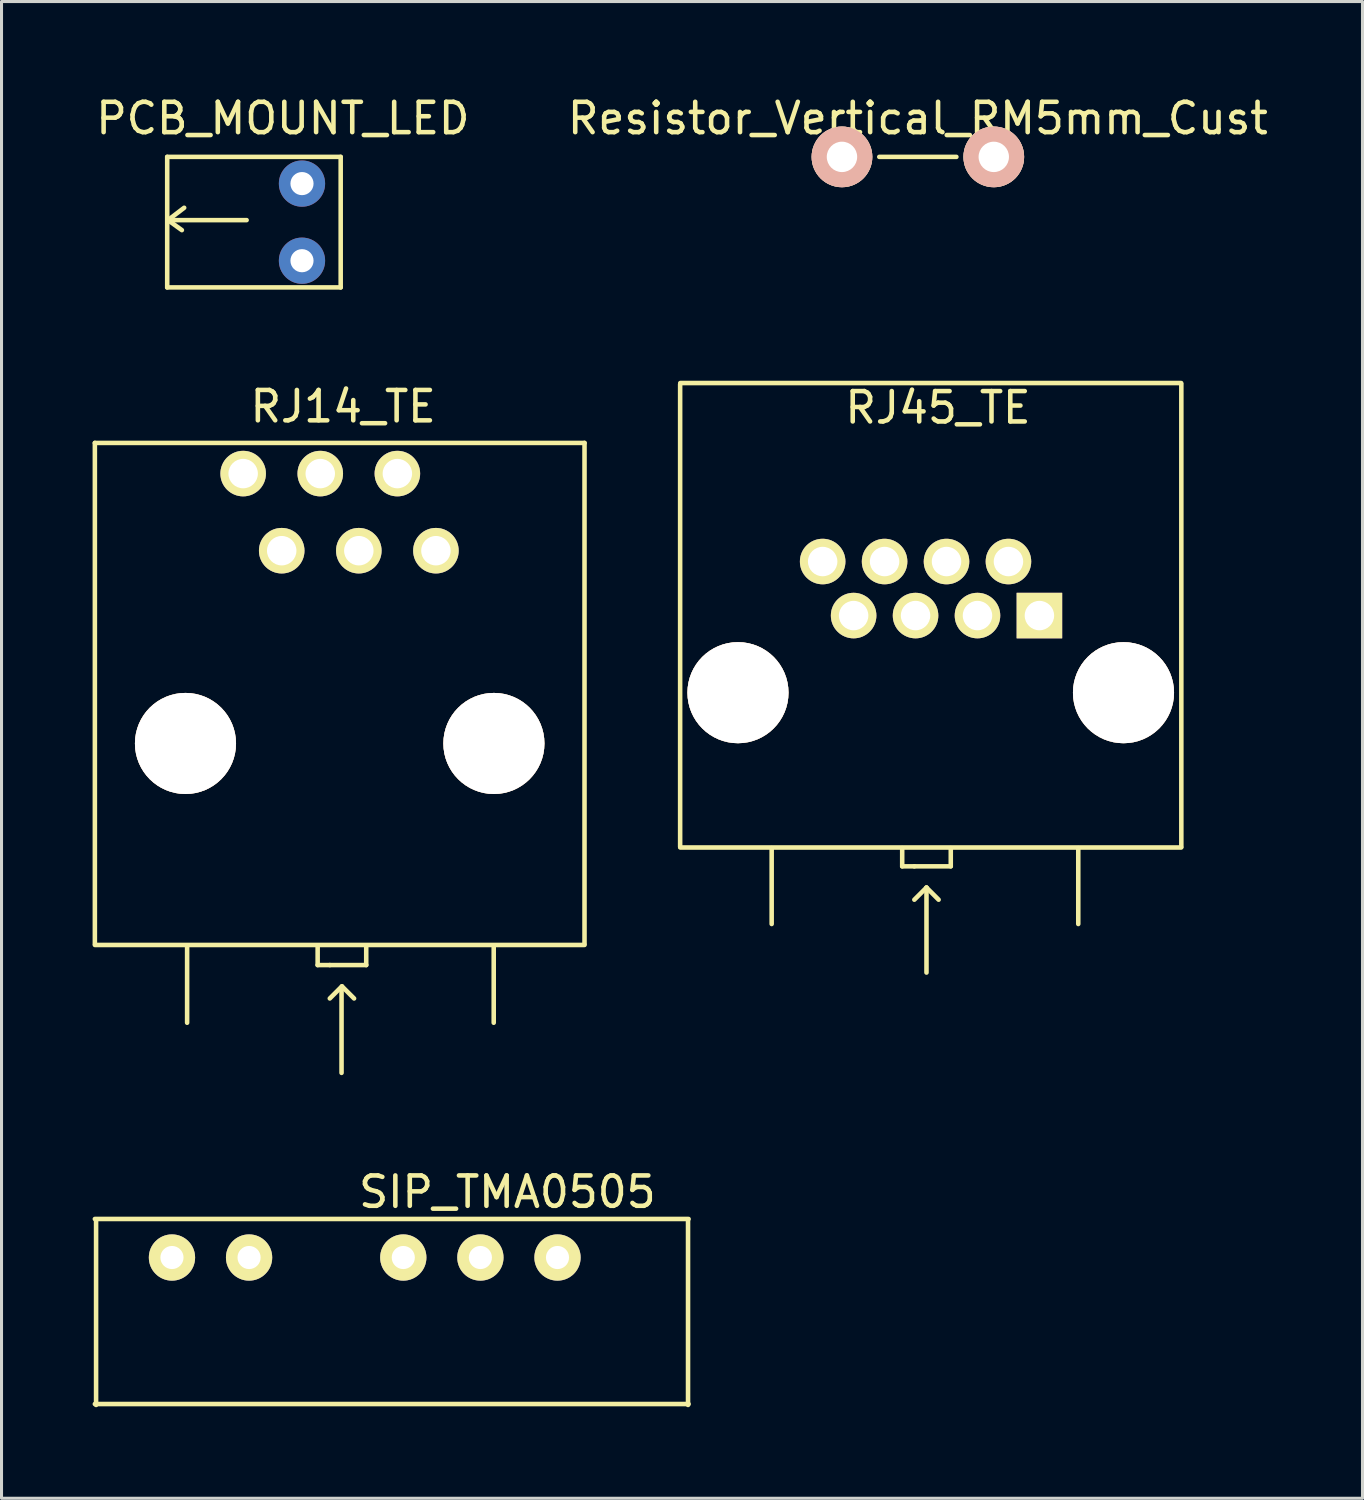
<source format=kicad_pcb>
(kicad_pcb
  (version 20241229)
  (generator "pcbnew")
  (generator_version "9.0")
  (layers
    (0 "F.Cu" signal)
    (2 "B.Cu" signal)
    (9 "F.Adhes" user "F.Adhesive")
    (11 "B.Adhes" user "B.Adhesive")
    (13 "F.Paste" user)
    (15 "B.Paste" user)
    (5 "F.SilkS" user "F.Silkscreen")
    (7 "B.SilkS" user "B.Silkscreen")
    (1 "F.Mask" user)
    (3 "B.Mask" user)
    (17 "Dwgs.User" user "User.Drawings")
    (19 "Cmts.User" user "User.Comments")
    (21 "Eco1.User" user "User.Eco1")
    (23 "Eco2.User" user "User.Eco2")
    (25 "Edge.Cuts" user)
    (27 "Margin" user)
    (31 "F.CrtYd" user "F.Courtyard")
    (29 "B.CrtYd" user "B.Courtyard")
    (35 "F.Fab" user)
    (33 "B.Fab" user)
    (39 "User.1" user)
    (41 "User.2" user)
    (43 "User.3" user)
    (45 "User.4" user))
  (footprint "Resistor_Vertical_RM5mm_Cust"
    (layer "F.Cu")
    (at 27.185 2.118)
    (property "Reference" "Resistor_Vertical_RM5mm_Cust" (at 0 -1.27 0) (layer "F.SilkS") (effects (font (size 1 1) (thickness 0.15))))
    (attr through_hole)
    (fp_line (start -1.27 0) (end 1.27 0) (stroke (width 0.15) (type solid)) (layer "F.SilkS"))
    (pad "1" thru_hole circle (at -2.499 0) (size 1.999 1.999) (drill 1.001) (layers "*.Cu" "*.SilkS" "*.Mask"))
    (pad "2" thru_hole circle (at 2.502 0) (size 1.999 1.999) (drill 1.001) (layers "*.Cu" "*.SilkS" "*.Mask")))
  (footprint "PCB_MOUNT_LED"
    (layer "F.Cu")
    (at 2.458 2.118)
    (property "Reference" "PCB_MOUNT_LED" (at 3.81 -1.27 0) (layer "F.SilkS") (effects (font (size 1 1) (thickness 0.15))))
    (attr through_hole)
    (fp_line (start 0 0) (end 0 4.3) (stroke (width 0.15) (type solid)) (layer "F.SilkS"))
    (fp_line (start 0 0) (end 5.715 0) (stroke (width 0.15) (type solid)) (layer "F.SilkS"))
    (fp_line (start 0 4.3) (end 5.715 4.3) (stroke (width 0.15) (type solid)) (layer "F.SilkS"))
    (fp_line (start 0.025 2.083) (end 0.483 2.413) (stroke (width 0.15) (type solid)) (layer "F.SilkS"))
    (fp_line (start 0.025 2.083) (end 0.559 1.676) (stroke (width 0.15) (type solid)) (layer "F.SilkS"))
    (fp_line (start 2.616 2.083) (end 0.025 2.083) (stroke (width 0.15) (type solid)) (layer "F.SilkS"))
    (fp_line (start 5.715 0) (end 5.715 4.3) (stroke (width 0.15) (type solid)) (layer "F.SilkS"))
    (pad "1" thru_hole circle (at 4.44 3.42) (size 1.524 1.524) (drill 0.762) (layers "*.Cu" "*.Mask"))
    (pad "2" thru_hole circle (at 4.44 0.88) (size 1.524 1.524) (drill 0.762) (layers "*.Cu" "*.Mask")))
  (footprint "SIP_TMA0505"
    (layer "F.Cu")
    (at 2.615 37.105)
    (property "Reference" "SIP_TMA0505" (at 11.049 -0.889 0) (layer "F.SilkS") (effects (font (size 1 1) (thickness 0.15))))
    (attr through_hole)
    (fp_line (start -2.54 6.096) (end 17.018 6.096) (stroke (width 0.15) (type solid)) (layer "F.SilkS"))
    (fp_line (start -2.5 0.026) (end -2.5 6.126) (stroke (width 0.15) (type solid)) (layer "F.SilkS"))
    (fp_line (start 17 0.026) (end 17 6.126) (stroke (width 0.15) (type solid)) (layer "F.SilkS"))
    (fp_line (start 17.018 0) (end -2.54 0) (stroke (width 0.15) (type solid)) (layer "F.SilkS"))
    (pad "1" thru_hole circle (at 0 1.27) (size 1.524 1.524) (drill 0.762) (layers "*.Cu" "*.Mask" "F.SilkS"))
    (pad "2" thru_hole circle (at 2.54 1.27) (size 1.524 1.524) (drill 0.762) (layers "*.Cu" "*.Mask" "F.SilkS"))
    (pad "4" thru_hole circle (at 7.62 1.27) (size 1.524 1.524) (drill 0.762) (layers "*.Cu" "*.Mask" "F.SilkS"))
    (pad "5" thru_hole circle (at 10.16 1.27) (size 1.524 1.524) (drill 0.762) (layers "*.Cu" "*.Mask" "F.SilkS"))
    (pad "6" thru_hole circle (at 12.7 1.27) (size 1.524 1.524) (drill 0.762) (layers "*.Cu" "*.Mask" "F.SilkS")))
  (footprint "RJ45_TE"
    (layer "F.Cu")
    (at 27.48 24.868)
    (property "Reference" "RJ45_TE" (at 0.37 -14.49 0) (layer "F.SilkS") (effects (font (size 1 1) (thickness 0.15))))
    (attr through_hole)
    (fp_line (start -8.125 -15.26) (end -8.125 -0.02) (stroke (width 0.15) (type solid)) (layer "F.SilkS"))
    (fp_line (start -8.12 -15.3) (end 8.38 -15.3) (stroke (width 0.15) (type solid)) (layer "F.SilkS"))
    (fp_line (start -5.11 0.02) (end -5.11 2.52) (stroke (width 0.15) (type solid)) (layer "F.SilkS"))
    (fp_line (start -0.81 0.62) (end -0.81 0.02) (stroke (width 0.15) (type solid)) (layer "F.SilkS"))
    (fp_line (start -0.41 0.62) (end -0.81 0.62) (stroke (width 0.15) (type solid)) (layer "F.SilkS"))
    (fp_line (start -0.41 0.62) (end 0.79 0.62) (stroke (width 0.15) (type solid)) (layer "F.SilkS"))
    (fp_line (start -0.01 1.32) (end -0.41 1.72) (stroke (width 0.15) (type solid)) (layer "F.SilkS"))
    (fp_line (start -0.01 1.32) (end 0.39 1.72) (stroke (width 0.15) (type solid)) (layer "F.SilkS"))
    (fp_line (start -0.01 4.12) (end -0.01 1.32) (stroke (width 0.15) (type solid)) (layer "F.SilkS"))
    (fp_line (start 0.79 0.62) (end 0.79 0.02) (stroke (width 0.15) (type solid)) (layer "F.SilkS"))
    (fp_line (start 4.99 0.02) (end 4.99 2.52) (stroke (width 0.15) (type solid)) (layer "F.SilkS"))
    (fp_line (start 8.38 0) (end -8.12 0) (stroke (width 0.15) (type solid)) (layer "F.SilkS"))
    (fp_line (start 8.385 -15.26) (end 8.385 -0.02) (stroke (width 0.15) (type solid)) (layer "F.SilkS"))
    (pad "" np_thru_hole circle (at -6.22 -5.1) (size 3.33 3.33) (drill 3.33) (layers "*.Cu" "*.SilkS" "*.Mask"))
    (pad "" np_thru_hole circle (at 6.48 -5.1) (size 3.33 3.33) (drill 3.33) (layers "*.Cu" "*.SilkS" "*.Mask"))
    (pad "1" thru_hole rect (at 3.71 -7.64) (size 1.5 1.5) (drill 0.97) (layers "*.Cu" "*.Mask" "F.SilkS"))
    (pad "2" thru_hole circle (at 2.69 -9.42) (size 1.5 1.5) (drill 0.97) (layers "*.Cu" "*.Mask" "F.SilkS"))
    (pad "3" thru_hole circle (at 1.67 -7.64) (size 1.5 1.5) (drill 0.97) (layers "*.Cu" "*.Mask" "F.SilkS"))
    (pad "4" thru_hole circle (at 0.65 -9.42) (size 1.5 1.5) (drill 0.97) (layers "*.Cu" "*.Mask" "F.SilkS"))
    (pad "5" thru_hole circle (at -0.37 -7.64) (size 1.5 1.5) (drill 0.97) (layers "*.Cu" "*.Mask" "F.SilkS"))
    (pad "6" thru_hole circle (at -1.39 -9.42) (size 1.5 1.5) (drill 0.97) (layers "*.Cu" "*.Mask" "F.SilkS"))
    (pad "7" thru_hole circle (at -2.41 -7.64) (size 1.5 1.5) (drill 0.97) (layers "*.Cu" "*.Mask" "F.SilkS"))
    (pad "8" thru_hole circle (at -3.43 -9.42) (size 1.5 1.5) (drill 0.97) (layers "*.Cu" "*.Mask" "F.SilkS")))
  (footprint "RJ14_TE"
    (layer "F.Cu")
    (at 13.22 21.441)
    (property "Reference" "RJ14_TE" (at -4.966 -11.1 0) (layer "F.SilkS") (effects (font (size 1 1) (thickness 0.15))))
    (attr through_hole)
    (fp_line (start -13.145 -9.9) (end -13.145 6.6) (stroke (width 0.15) (type solid)) (layer "F.SilkS"))
    (fp_line (start -10.106 6.7) (end -10.106 9.2) (stroke (width 0.15) (type solid)) (layer "F.SilkS"))
    (fp_line (start -5.806 7.3) (end -5.806 6.7) (stroke (width 0.15) (type solid)) (layer "F.SilkS"))
    (fp_line (start -5.406 7.3) (end -5.806 7.3) (stroke (width 0.15) (type solid)) (layer "F.SilkS"))
    (fp_line (start -5.406 7.3) (end -4.206 7.3) (stroke (width 0.15) (type solid)) (layer "F.SilkS"))
    (fp_line (start -5.019 10.851) (end -5.019 8.051) (stroke (width 0.15) (type solid)) (layer "F.SilkS"))
    (fp_line (start -5.006 8) (end -5.406 8.4) (stroke (width 0.15) (type solid)) (layer "F.SilkS"))
    (fp_line (start -5.006 8) (end -4.606 8.4) (stroke (width 0.15) (type solid)) (layer "F.SilkS"))
    (fp_line (start -4.206 7.3) (end -4.206 6.7) (stroke (width 0.15) (type solid)) (layer "F.SilkS"))
    (fp_line (start -0.006 6.7) (end -0.006 9.2) (stroke (width 0.15) (type solid)) (layer "F.SilkS"))
    (fp_line (start 2.985 -9.9) (end -13.145 -9.9) (stroke (width 0.15) (type solid)) (layer "F.SilkS"))
    (fp_line (start 2.985 -9.9) (end 2.985 6.6) (stroke (width 0.15) (type solid)) (layer "F.SilkS"))
    (fp_line (start 2.985 6.638) (end -13.145 6.638) (stroke (width 0.15) (type solid)) (layer "F.SilkS"))
    (pad "" np_thru_hole circle (at -10.16 0) (size 3.33 3.33) (drill 3.33) (layers "*.Cu" "*.SilkS" "*.Mask"))
    (pad "" thru_hole circle (at -8.26 -8.89) (size 1.5 1.5) (drill 0.97) (layers "*.Cu" "*.Mask" "F.SilkS"))
    (pad "" thru_hole circle (at -1.91 -6.35) (size 1.5 1.5) (drill 0.97) (layers "*.Cu" "*.Mask" "F.SilkS"))
    (pad "" np_thru_hole circle (at 0 0) (size 3.33 3.33) (drill 3.33) (layers "*.Cu" "*.SilkS" "*.Mask"))
    (pad "1" thru_hole circle (at -3.18 -8.89) (size 1.5 1.5) (drill 0.97) (layers "*.Cu" "*.Mask" "F.SilkS"))
    (pad "2" thru_hole circle (at -4.45 -6.35) (size 1.5 1.5) (drill 0.97) (layers "*.Cu" "*.Mask" "F.SilkS"))
    (pad "3" thru_hole circle (at -5.72 -8.89) (size 1.5 1.5) (drill 0.97) (layers "*.Cu" "*.Mask" "F.SilkS"))
    (pad "4" thru_hole circle (at -6.99 -6.35) (size 1.5 1.5) (drill 0.97) (layers "*.Cu" "*.Mask" "F.SilkS")))
  (gr_rect
    (start -3 -3)
    (end 41.833 46.306)
    (stroke (width 0.1) (type default))
    (fill no)
    (layer "Edge.Cuts")))
</source>
